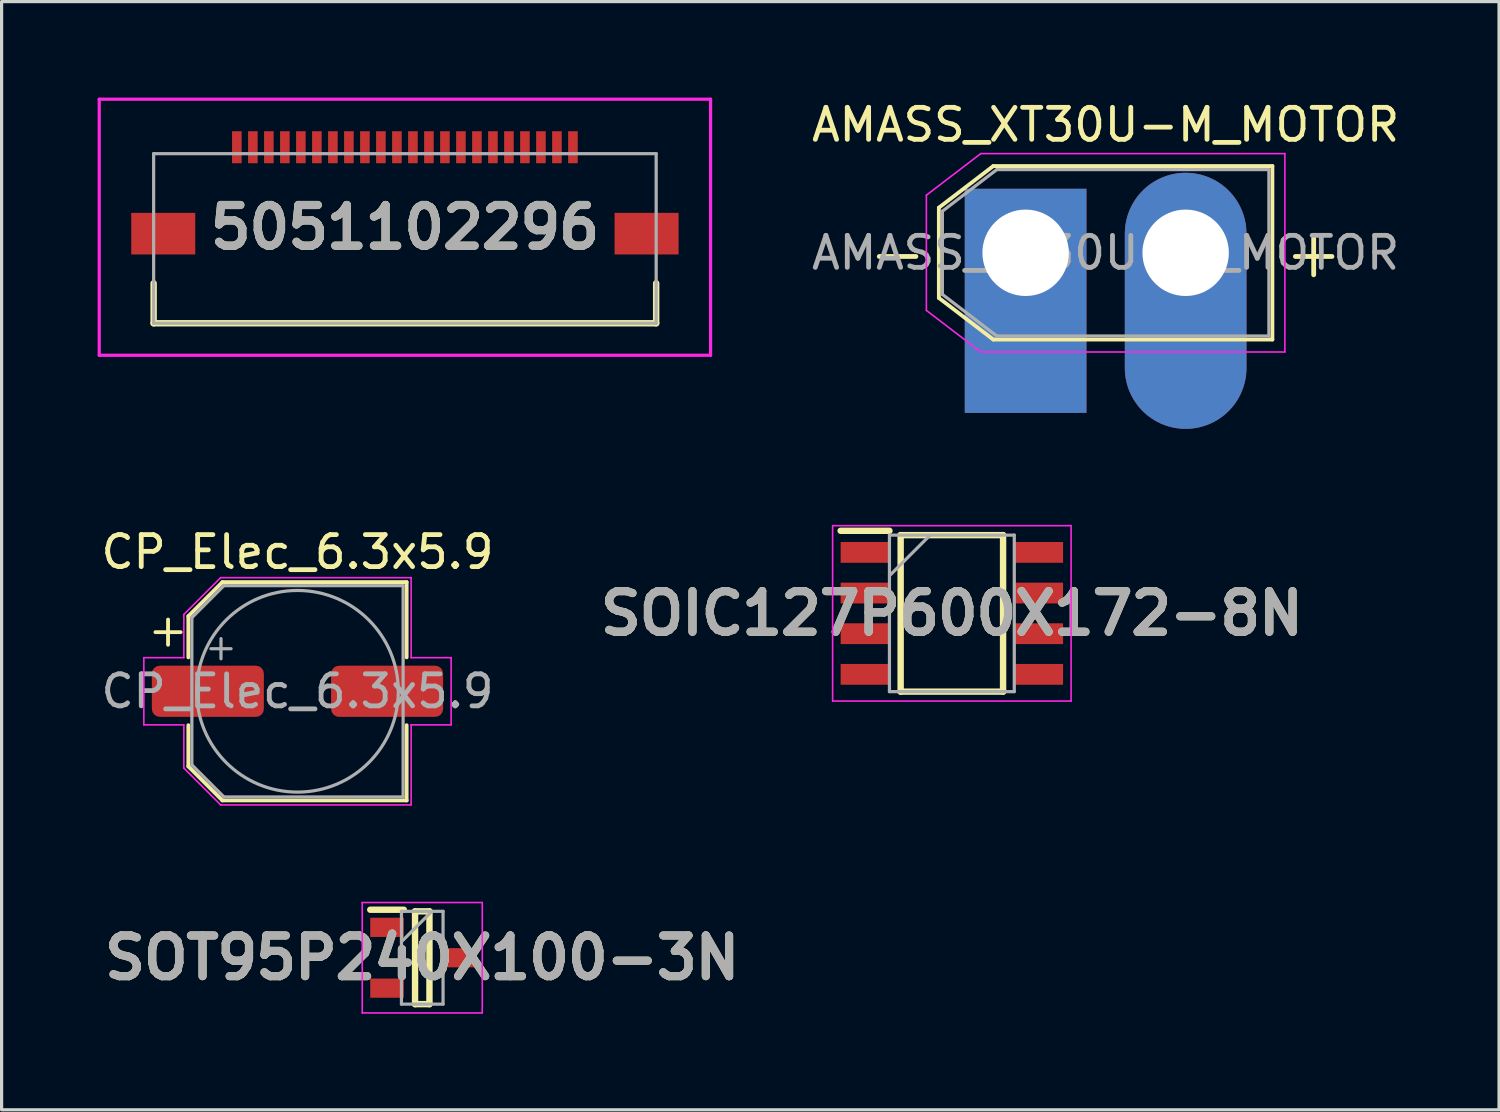
<source format=kicad_pcb>
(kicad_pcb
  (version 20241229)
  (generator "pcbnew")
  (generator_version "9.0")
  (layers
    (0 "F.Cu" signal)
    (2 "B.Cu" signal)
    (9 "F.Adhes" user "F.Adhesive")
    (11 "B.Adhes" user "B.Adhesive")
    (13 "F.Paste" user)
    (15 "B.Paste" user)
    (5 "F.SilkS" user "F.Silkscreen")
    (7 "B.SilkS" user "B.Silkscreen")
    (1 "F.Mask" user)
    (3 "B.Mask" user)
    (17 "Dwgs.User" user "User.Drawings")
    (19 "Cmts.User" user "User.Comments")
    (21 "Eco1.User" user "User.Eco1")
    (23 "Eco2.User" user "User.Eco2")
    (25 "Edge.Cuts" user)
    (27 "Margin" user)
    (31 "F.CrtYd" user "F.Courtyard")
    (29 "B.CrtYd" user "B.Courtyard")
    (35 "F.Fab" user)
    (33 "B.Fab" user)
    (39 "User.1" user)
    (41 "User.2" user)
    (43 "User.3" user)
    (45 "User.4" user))
  (footprint "SOT95P240X100-3N"
    (layer "F.Cu")
    (at 10.142 26.872)
    (property "Reference" "SOT95P240X100-3N" (at 0 0 0) (layer "F.SilkS") (effects (font (size 1.27 1.27) (thickness 0.254))))
    (attr smd)
    (fp_line (start -1.625 -1.5) (end -0.575 -1.5) (stroke (width 0.2) (type solid)) (layer "F.SilkS"))
    (fp_line (start -0.225 -1.45) (end 0.225 -1.45) (stroke (width 0.2) (type solid)) (layer "F.SilkS"))
    (fp_line (start -0.225 1.45) (end -0.225 -1.45) (stroke (width 0.2) (type solid)) (layer "F.SilkS"))
    (fp_line (start 0.225 -1.45) (end 0.225 1.45) (stroke (width 0.2) (type solid)) (layer "F.SilkS"))
    (fp_line (start 0.225 1.45) (end -0.225 1.45) (stroke (width 0.2) (type solid)) (layer "F.SilkS"))
    (fp_line (start -1.875 -1.725) (end 1.875 -1.725) (stroke (width 0.05) (type solid)) (layer "F.CrtYd"))
    (fp_line (start -1.875 1.725) (end -1.875 -1.725) (stroke (width 0.05) (type solid)) (layer "F.CrtYd"))
    (fp_line (start 1.875 -1.725) (end 1.875 1.725) (stroke (width 0.05) (type solid)) (layer "F.CrtYd"))
    (fp_line (start 1.875 1.725) (end -1.875 1.725) (stroke (width 0.05) (type solid)) (layer "F.CrtYd"))
    (fp_line (start -0.65 -1.45) (end 0.65 -1.45) (stroke (width 0.1) (type solid)) (layer "F.Fab"))
    (fp_line (start -0.65 -0.5) (end 0.3 -1.45) (stroke (width 0.1) (type solid)) (layer "F.Fab"))
    (fp_line (start -0.65 1.45) (end -0.65 -1.45) (stroke (width 0.1) (type solid)) (layer "F.Fab"))
    (fp_line (start 0.65 -1.45) (end 0.65 1.45) (stroke (width 0.1) (type solid)) (layer "F.Fab"))
    (fp_line (start 0.65 1.45) (end -0.65 1.45) (stroke (width 0.1) (type solid)) (layer "F.Fab"))
    (fp_text user "${REFERENCE}" (at 0 0 0) (layer "F.Fab") (effects (font (size 1.27 1.27) (thickness 0.254))))
    (pad "1" smd rect (at -1.1 -0.95 90) (size 0.6 1.05) (layers "F.Cu" "F.Mask" "F.Paste"))
    (pad "2" smd rect (at -1.1 0.95 90) (size 0.6 1.05) (layers "F.Cu" "F.Mask" "F.Paste"))
    (pad "3" smd rect (at 1.1 0 90) (size 0.6 1.05) (layers "F.Cu" "F.Mask" "F.Paste")))
  (footprint "AMASS_XT30U-M_MOTOR"
    (layer "F.Cu")
    (at 28.992 4.848)
    (property "Reference" "AMASS_XT30U-M_MOTOR" (at 2.5 -4 0) (layer "F.SilkS") (effects (font (size 1 1) (thickness 0.15))))
    (attr through_hole)
    (fp_line (start -2.71 -1.41) (end -2.71 1.41) (stroke (width 0.12) (type solid)) (layer "F.SilkS"))
    (fp_line (start -2.71 -1.41) (end -1.01 -2.71) (stroke (width 0.12) (type solid)) (layer "F.SilkS"))
    (fp_line (start -2.71 1.41) (end -1.01 2.71) (stroke (width 0.12) (type solid)) (layer "F.SilkS"))
    (fp_line (start -1.01 -2.71) (end 7.71 -2.71) (stroke (width 0.12) (type solid)) (layer "F.SilkS"))
    (fp_line (start -1.01 2.71) (end 7.71 2.71) (stroke (width 0.12) (type solid)) (layer "F.SilkS"))
    (fp_line (start 7.71 -2.71) (end 7.71 2.71) (stroke (width 0.12) (type solid)) (layer "F.SilkS"))
    (fp_line (start -3.1 -1.8) (end -3.1 1.8) (stroke (width 0.05) (type solid)) (layer "F.CrtYd"))
    (fp_line (start -3.1 -1.8) (end -1.4 -3.1) (stroke (width 0.05) (type solid)) (layer "F.CrtYd"))
    (fp_line (start -3.1 1.8) (end -1.4 3.1) (stroke (width 0.05) (type solid)) (layer "F.CrtYd"))
    (fp_line (start -1.4 -3.1) (end 8.1 -3.1) (stroke (width 0.05) (type solid)) (layer "F.CrtYd"))
    (fp_line (start -1.4 3.1) (end 8.1 3.1) (stroke (width 0.05) (type solid)) (layer "F.CrtYd"))
    (fp_line (start 8.1 -3.1) (end 8.1 3.1) (stroke (width 0.05) (type solid)) (layer "F.CrtYd"))
    (fp_line (start -2.6 -1.3) (end -2.6 1.3) (stroke (width 0.1) (type solid)) (layer "F.Fab"))
    (fp_line (start -2.6 -1.3) (end -0.9 -2.6) (stroke (width 0.1) (type solid)) (layer "F.Fab"))
    (fp_line (start -2.6 1.3) (end -0.9 2.6) (stroke (width 0.1) (type solid)) (layer "F.Fab"))
    (fp_line (start -0.9 -2.6) (end 7.6 -2.6) (stroke (width 0.1) (type solid)) (layer "F.Fab"))
    (fp_line (start -0.9 2.6) (end 7.6 2.6) (stroke (width 0.1) (type solid)) (layer "F.Fab"))
    (fp_line (start 7.6 -2.6) (end 7.6 2.6) (stroke (width 0.1) (type solid)) (layer "F.Fab"))
    (fp_text user "+" (at 9 0 0) (layer "F.SilkS") (effects (font (size 1.5 1.5) (thickness 0.15))))
    (fp_text user "-" (at -4 0 0) (layer "F.SilkS") (effects (font (size 1.5 1.5) (thickness 0.15))))
    (fp_text user "${REFERENCE}" (at 2.5 0 0) (layer "F.Fab") (effects (font (size 1 1) (thickness 0.15))))
    (pad "1" thru_hole rect (at 0 0) (size 3.8 7) (drill 2.7 (offset 0 1.5)) (layers "*.Cu" "*.Mask"))
    (pad "2" thru_hole oval (at 5 0) (size 3.8 8) (drill 2.7 (offset 0 1.5)) (layers "*.Cu" "*.Mask")))
  (footprint "CP_Elec_6.3x5.9"
    (layer "F.Cu")
    (at 6.244 18.547)
    (property "Reference" "CP_Elec_6.3x5.9" (at 0 -4.35 0) (layer "F.SilkS") (effects (font (size 1 1) (thickness 0.15))))
    (attr smd)
    (fp_line (start -4.438 -1.847) (end -3.65 -1.847) (stroke (width 0.12) (type solid)) (layer "F.SilkS"))
    (fp_line (start -4.044 -2.241) (end -4.044 -1.454) (stroke (width 0.12) (type solid)) (layer "F.SilkS"))
    (fp_line (start -3.41 -2.346) (end -3.41 -1.06) (stroke (width 0.12) (type solid)) (layer "F.SilkS"))
    (fp_line (start -3.41 -2.346) (end -2.346 -3.41) (stroke (width 0.12) (type solid)) (layer "F.SilkS"))
    (fp_line (start -3.41 2.346) (end -3.41 1.06) (stroke (width 0.12) (type solid)) (layer "F.SilkS"))
    (fp_line (start -3.41 2.346) (end -2.346 3.41) (stroke (width 0.12) (type solid)) (layer "F.SilkS"))
    (fp_line (start -2.346 -3.41) (end 3.41 -3.41) (stroke (width 0.12) (type solid)) (layer "F.SilkS"))
    (fp_line (start -2.346 3.41) (end 3.41 3.41) (stroke (width 0.12) (type solid)) (layer "F.SilkS"))
    (fp_line (start 3.41 -3.41) (end 3.41 -1.06) (stroke (width 0.12) (type solid)) (layer "F.SilkS"))
    (fp_line (start 3.41 3.41) (end 3.41 1.06) (stroke (width 0.12) (type solid)) (layer "F.SilkS"))
    (fp_line (start -4.8 -1.05) (end -4.8 1.05) (stroke (width 0.05) (type solid)) (layer "F.CrtYd"))
    (fp_line (start -4.8 1.05) (end -3.55 1.05) (stroke (width 0.05) (type solid)) (layer "F.CrtYd"))
    (fp_line (start -3.55 -2.4) (end -3.55 -1.05) (stroke (width 0.05) (type solid)) (layer "F.CrtYd"))
    (fp_line (start -3.55 -2.4) (end -2.4 -3.55) (stroke (width 0.05) (type solid)) (layer "F.CrtYd"))
    (fp_line (start -3.55 -1.05) (end -4.8 -1.05) (stroke (width 0.05) (type solid)) (layer "F.CrtYd"))
    (fp_line (start -3.55 1.05) (end -3.55 2.4) (stroke (width 0.05) (type solid)) (layer "F.CrtYd"))
    (fp_line (start -3.55 2.4) (end -2.4 3.55) (stroke (width 0.05) (type solid)) (layer "F.CrtYd"))
    (fp_line (start -2.4 -3.55) (end 3.55 -3.55) (stroke (width 0.05) (type solid)) (layer "F.CrtYd"))
    (fp_line (start -2.4 3.55) (end 3.55 3.55) (stroke (width 0.05) (type solid)) (layer "F.CrtYd"))
    (fp_line (start 3.55 -3.55) (end 3.55 -1.05) (stroke (width 0.05) (type solid)) (layer "F.CrtYd"))
    (fp_line (start 3.55 -1.05) (end 4.8 -1.05) (stroke (width 0.05) (type solid)) (layer "F.CrtYd"))
    (fp_line (start 3.55 1.05) (end 3.55 3.55) (stroke (width 0.05) (type solid)) (layer "F.CrtYd"))
    (fp_line (start 4.8 -1.05) (end 4.8 1.05) (stroke (width 0.05) (type solid)) (layer "F.CrtYd"))
    (fp_line (start 4.8 1.05) (end 3.55 1.05) (stroke (width 0.05) (type solid)) (layer "F.CrtYd"))
    (fp_line (start -3.3 -2.3) (end -3.3 2.3) (stroke (width 0.1) (type solid)) (layer "F.Fab"))
    (fp_line (start -3.3 -2.3) (end -2.3 -3.3) (stroke (width 0.1) (type solid)) (layer "F.Fab"))
    (fp_line (start -3.3 2.3) (end -2.3 3.3) (stroke (width 0.1) (type solid)) (layer "F.Fab"))
    (fp_line (start -2.705 -1.33) (end -2.075 -1.33) (stroke (width 0.1) (type solid)) (layer "F.Fab"))
    (fp_line (start -2.39 -1.645) (end -2.39 -1.015) (stroke (width 0.1) (type solid)) (layer "F.Fab"))
    (fp_line (start -2.3 -3.3) (end 3.3 -3.3) (stroke (width 0.1) (type solid)) (layer "F.Fab"))
    (fp_line (start -2.3 3.3) (end 3.3 3.3) (stroke (width 0.1) (type solid)) (layer "F.Fab"))
    (fp_line (start 3.3 -3.3) (end 3.3 3.3) (stroke (width 0.1) (type solid)) (layer "F.Fab"))
    (fp_circle (center 0 0) (end 3.15 0) (stroke (width 0.1) (type solid)) (fill no) (layer "F.Fab"))
    (fp_text user "${REFERENCE}" (at 0 0 0) (layer "F.Fab") (effects (font (size 1 1) (thickness 0.15))))
    (pad "1" smd roundrect (at -2.8 0) (size 3.5 1.6) (layers "F.Cu" "F.Mask" "F.Paste") (roundrect_rratio 0.156))
    (pad "2" smd roundrect (at 2.8 0) (size 3.5 1.6) (layers "F.Cu" "F.Mask" "F.Paste") (roundrect_rratio 0.156)))
  (footprint "5051102296"
    (layer "F.Cu")
    (at 9.6 4.25)
    (property "Reference" "5051102296" (at 0 -0.2 0) (layer "F.SilkS") (effects (font (size 1.27 1.27) (thickness 0.254))))
    (attr smd)
    (fp_line (start -7.85 1.55) (end -7.85 2.8) (stroke (width 0.2) (type solid)) (layer "F.SilkS"))
    (fp_line (start -7.85 2.8) (end 7.85 2.8) (stroke (width 0.2) (type solid)) (layer "F.SilkS"))
    (fp_line (start 7.85 2.8) (end 7.85 1.55) (stroke (width 0.2) (type solid)) (layer "F.SilkS"))
    (fp_line (start -9.55 -4.2) (end 9.55 -4.2) (stroke (width 0.1) (type solid)) (layer "F.CrtYd"))
    (fp_line (start -9.55 3.8) (end -9.55 -4.2) (stroke (width 0.1) (type solid)) (layer "F.CrtYd"))
    (fp_line (start 9.55 -4.2) (end 9.55 3.8) (stroke (width 0.1) (type solid)) (layer "F.CrtYd"))
    (fp_line (start 9.55 3.8) (end -9.55 3.8) (stroke (width 0.1) (type solid)) (layer "F.CrtYd"))
    (fp_line (start -7.85 -2.5) (end 7.85 -2.5) (stroke (width 0.1) (type solid)) (layer "F.Fab"))
    (fp_line (start -7.85 2.8) (end -7.85 -2.5) (stroke (width 0.1) (type solid)) (layer "F.Fab"))
    (fp_line (start 7.85 -2.5) (end 7.85 2.8) (stroke (width 0.1) (type solid)) (layer "F.Fab"))
    (fp_line (start 7.85 2.8) (end -7.85 2.8) (stroke (width 0.1) (type solid)) (layer "F.Fab"))
    (fp_text user "${REFERENCE}" (at 0 -0.2 0) (layer "F.Fab") (effects (font (size 1.27 1.27) (thickness 0.254))))
    (pad "1" smd rect (at -5.25 -2.7) (size 0.3 1) (layers "F.Cu" "F.Mask" "F.Paste"))
    (pad "2" smd rect (at -4.75 -2.7) (size 0.3 1) (layers "F.Cu" "F.Mask" "F.Paste"))
    (pad "3" smd rect (at -4.25 -2.7) (size 0.3 1) (layers "F.Cu" "F.Mask" "F.Paste"))
    (pad "4" smd rect (at -3.75 -2.7) (size 0.3 1) (layers "F.Cu" "F.Mask" "F.Paste"))
    (pad "5" smd rect (at -3.25 -2.7) (size 0.3 1) (layers "F.Cu" "F.Mask" "F.Paste"))
    (pad "6" smd rect (at -2.75 -2.7) (size 0.3 1) (layers "F.Cu" "F.Mask" "F.Paste"))
    (pad "7" smd rect (at -2.25 -2.7) (size 0.3 1) (layers "F.Cu" "F.Mask" "F.Paste"))
    (pad "8" smd rect (at -1.75 -2.7) (size 0.3 1) (layers "F.Cu" "F.Mask" "F.Paste"))
    (pad "9" smd rect (at -1.25 -2.7) (size 0.3 1) (layers "F.Cu" "F.Mask" "F.Paste"))
    (pad "10" smd rect (at -0.75 -2.7) (size 0.3 1) (layers "F.Cu" "F.Mask" "F.Paste"))
    (pad "11" smd rect (at -0.25 -2.7) (size 0.3 1) (layers "F.Cu" "F.Mask" "F.Paste"))
    (pad "12" smd rect (at 0.25 -2.7) (size 0.3 1) (layers "F.Cu" "F.Mask" "F.Paste"))
    (pad "13" smd rect (at 0.75 -2.7) (size 0.3 1) (layers "F.Cu" "F.Mask" "F.Paste"))
    (pad "14" smd rect (at 1.25 -2.7) (size 0.3 1) (layers "F.Cu" "F.Mask" "F.Paste"))
    (pad "15" smd rect (at 1.75 -2.7) (size 0.3 1) (layers "F.Cu" "F.Mask" "F.Paste"))
    (pad "16" smd rect (at 2.25 -2.7) (size 0.3 1) (layers "F.Cu" "F.Mask" "F.Paste"))
    (pad "17" smd rect (at 2.75 -2.7) (size 0.3 1) (layers "F.Cu" "F.Mask" "F.Paste"))
    (pad "18" smd rect (at 3.25 -2.7) (size 0.3 1) (layers "F.Cu" "F.Mask" "F.Paste"))
    (pad "19" smd rect (at 3.75 -2.7) (size 0.3 1) (layers "F.Cu" "F.Mask" "F.Paste"))
    (pad "20" smd rect (at 4.25 -2.7) (size 0.3 1) (layers "F.Cu" "F.Mask" "F.Paste"))
    (pad "21" smd rect (at 4.75 -2.7) (size 0.3 1) (layers "F.Cu" "F.Mask" "F.Paste"))
    (pad "22" smd rect (at 5.25 -2.7) (size 0.3 1) (layers "F.Cu" "F.Mask" "F.Paste"))
    (pad "MP1" smd rect (at -7.55 0 90) (size 1.3 2) (layers "F.Cu" "F.Mask" "F.Paste"))
    (pad "MP2" smd rect (at 7.55 0 90) (size 1.3 2) (layers "F.Cu" "F.Mask" "F.Paste")))
  (footprint "SOIC127P600X172-8N"
    (layer "F.Cu")
    (at 26.688 16.113)
    (property "Reference" "SOIC127P600X172-8N" (at 0 0 0) (layer "F.SilkS") (effects (font (size 1.27 1.27) (thickness 0.254))))
    (attr smd)
    (fp_line (start -3.475 -2.58) (end -1.95 -2.58) (stroke (width 0.2) (type solid)) (layer "F.SilkS"))
    (fp_line (start -1.6 -2.445) (end 1.6 -2.445) (stroke (width 0.2) (type solid)) (layer "F.SilkS"))
    (fp_line (start -1.6 2.445) (end -1.6 -2.445) (stroke (width 0.2) (type solid)) (layer "F.SilkS"))
    (fp_line (start 1.6 -2.445) (end 1.6 2.445) (stroke (width 0.2) (type solid)) (layer "F.SilkS"))
    (fp_line (start 1.6 2.445) (end -1.6 2.445) (stroke (width 0.2) (type solid)) (layer "F.SilkS"))
    (fp_line (start -3.725 -2.74) (end 3.725 -2.74) (stroke (width 0.05) (type solid)) (layer "F.CrtYd"))
    (fp_line (start -3.725 2.74) (end -3.725 -2.74) (stroke (width 0.05) (type solid)) (layer "F.CrtYd"))
    (fp_line (start 3.725 -2.74) (end 3.725 2.74) (stroke (width 0.05) (type solid)) (layer "F.CrtYd"))
    (fp_line (start 3.725 2.74) (end -3.725 2.74) (stroke (width 0.05) (type solid)) (layer "F.CrtYd"))
    (fp_line (start -1.95 -2.445) (end 1.95 -2.445) (stroke (width 0.1) (type solid)) (layer "F.Fab"))
    (fp_line (start -1.95 -1.175) (end -0.68 -2.445) (stroke (width 0.1) (type solid)) (layer "F.Fab"))
    (fp_line (start -1.95 2.445) (end -1.95 -2.445) (stroke (width 0.1) (type solid)) (layer "F.Fab"))
    (fp_line (start 1.95 -2.445) (end 1.95 2.445) (stroke (width 0.1) (type solid)) (layer "F.Fab"))
    (fp_line (start 1.95 2.445) (end -1.95 2.445) (stroke (width 0.1) (type solid)) (layer "F.Fab"))
    (fp_text user "${REFERENCE}" (at 0 0 0) (layer "F.Fab") (effects (font (size 1.27 1.27) (thickness 0.254))))
    (pad "1" smd rect (at -2.712 -1.905 90) (size 0.65 1.525) (layers "F.Cu" "F.Mask" "F.Paste"))
    (pad "2" smd rect (at -2.712 -0.635 90) (size 0.65 1.525) (layers "F.Cu" "F.Mask" "F.Paste"))
    (pad "3" smd rect (at -2.712 0.635 90) (size 0.65 1.525) (layers "F.Cu" "F.Mask" "F.Paste"))
    (pad "4" smd rect (at -2.712 1.905 90) (size 0.65 1.525) (layers "F.Cu" "F.Mask" "F.Paste"))
    (pad "5" smd rect (at 2.712 1.905 90) (size 0.65 1.525) (layers "F.Cu" "F.Mask" "F.Paste"))
    (pad "6" smd rect (at 2.712 0.635 90) (size 0.65 1.525) (layers "F.Cu" "F.Mask" "F.Paste"))
    (pad "7" smd rect (at 2.712 -0.635 90) (size 0.65 1.525) (layers "F.Cu" "F.Mask" "F.Paste"))
    (pad "8" smd rect (at 2.712 -1.905 90) (size 0.65 1.525) (layers "F.Cu" "F.Mask" "F.Paste")))
  (gr_rect
    (start -3 -3)
    (end 43.783 31.622)
    (stroke (width 0.1) (type default))
    (fill no)
    (layer "Edge.Cuts")))
</source>
